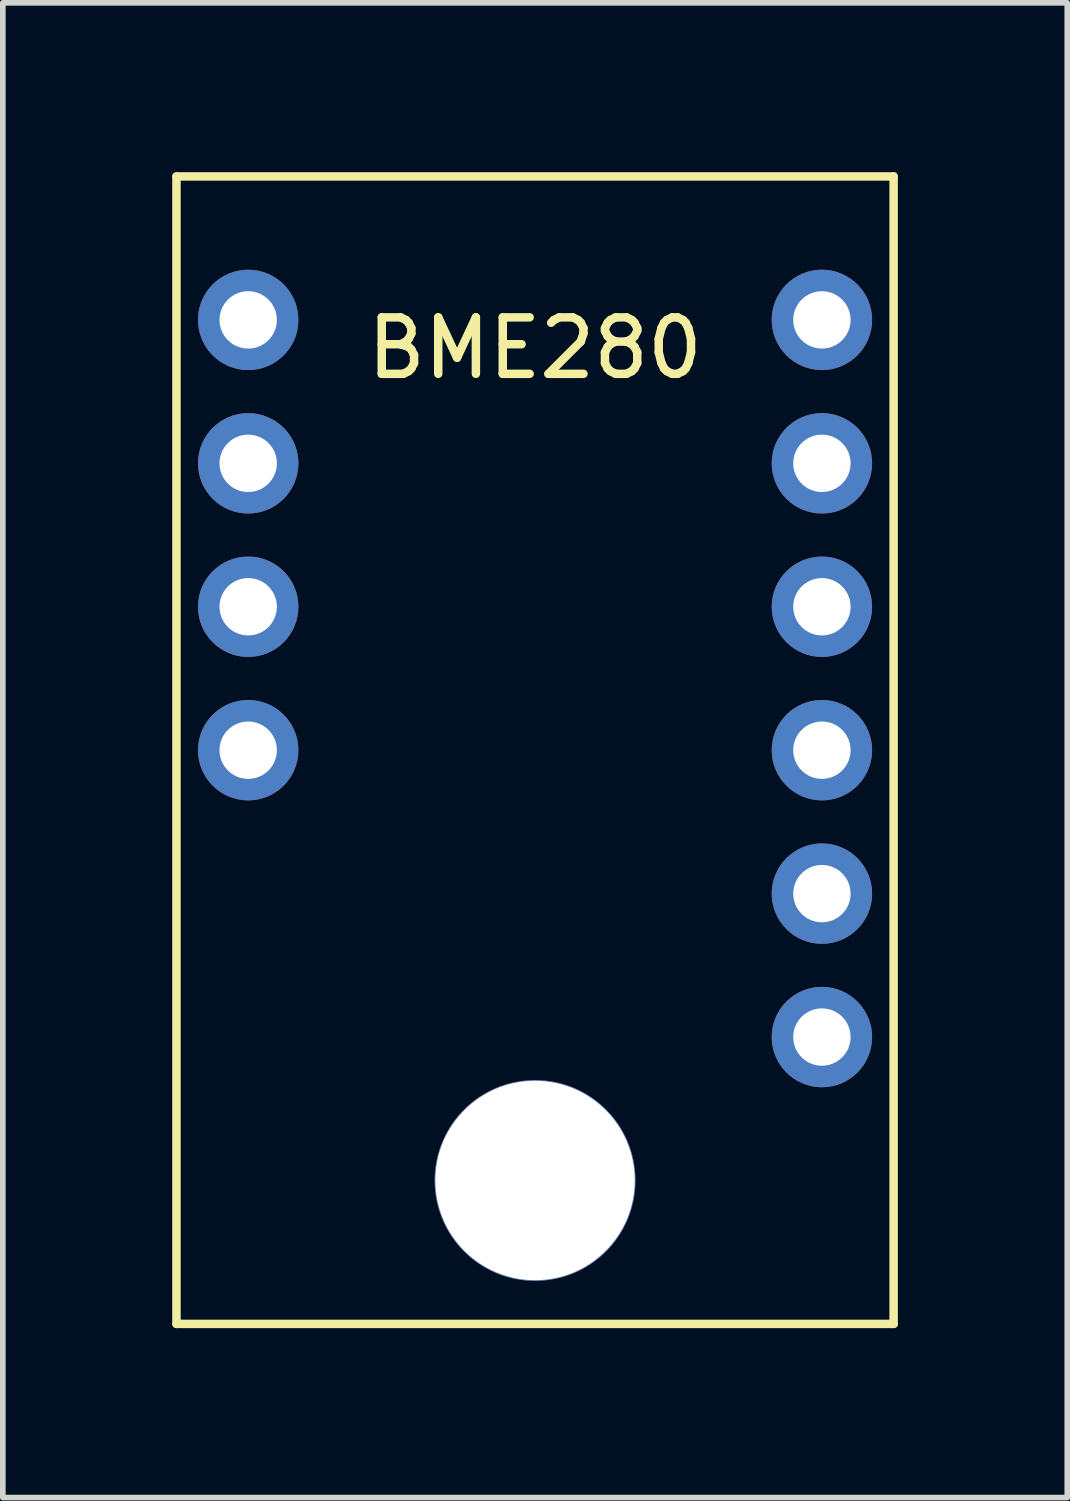
<source format=kicad_pcb>
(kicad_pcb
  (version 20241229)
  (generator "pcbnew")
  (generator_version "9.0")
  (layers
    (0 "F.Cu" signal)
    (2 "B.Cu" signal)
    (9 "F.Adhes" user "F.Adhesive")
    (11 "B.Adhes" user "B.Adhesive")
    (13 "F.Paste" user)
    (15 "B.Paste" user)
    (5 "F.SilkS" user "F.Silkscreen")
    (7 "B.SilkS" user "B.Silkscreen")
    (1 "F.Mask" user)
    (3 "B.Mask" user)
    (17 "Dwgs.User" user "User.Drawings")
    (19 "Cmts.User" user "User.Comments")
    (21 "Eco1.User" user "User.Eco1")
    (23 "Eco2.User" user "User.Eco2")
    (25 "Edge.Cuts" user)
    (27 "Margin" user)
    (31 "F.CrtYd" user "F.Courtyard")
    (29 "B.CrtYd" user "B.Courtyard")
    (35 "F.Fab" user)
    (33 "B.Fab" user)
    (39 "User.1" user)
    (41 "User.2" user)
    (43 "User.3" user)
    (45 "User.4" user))
  (footprint "BME280"
    (layer "F.Cu")
    (at 6.425 2.615)
    (property "Reference" "BME280" (at 0 0.5 0) (layer "F.SilkS") (effects (font (size 1 1) (thickness 0.15))))
    (attr through_hole)
    (fp_line (start -6.35 -2.54) (end 6.35 -2.54) (stroke (width 0.15) (type solid)) (layer "F.SilkS"))
    (fp_line (start -6.35 17.78) (end -6.35 -2.54) (stroke (width 0.15) (type solid)) (layer "F.SilkS"))
    (fp_line (start 6.35 -2.54) (end 6.35 17.78) (stroke (width 0.15) (type solid)) (layer "F.SilkS"))
    (fp_line (start 6.35 17.78) (end -6.35 17.78) (stroke (width 0.15) (type solid)) (layer "F.SilkS"))
    (pad "" np_thru_hole circle (at 0 15.24) (size 3.556 3.556) (drill 3.531) (layers "*.Cu" "*.Mask"))
    (pad "1" thru_hole circle (at -5.08 0) (size 1.778 1.778) (drill 1.016) (layers "*.Cu" "*.Mask"))
    (pad "2" thru_hole circle (at -5.08 2.54) (size 1.778 1.778) (drill 1.016) (layers "*.Cu" "*.Mask"))
    (pad "3" thru_hole circle (at -5.08 5.08) (size 1.778 1.778) (drill 1.016) (layers "*.Cu" "*.Mask"))
    (pad "4" thru_hole circle (at -5.08 7.62) (size 1.778 1.778) (drill 1.016) (layers "*.Cu" "*.Mask"))
    (pad "5" thru_hole circle (at 5.08 0) (size 1.778 1.778) (drill 1.016) (layers "*.Cu" "*.Mask"))
    (pad "6" thru_hole circle (at 5.08 2.54) (size 1.778 1.778) (drill 1.016) (layers "*.Cu" "*.Mask"))
    (pad "7" thru_hole circle (at 5.08 5.08) (size 1.778 1.778) (drill 1.016) (layers "*.Cu" "*.Mask"))
    (pad "8" thru_hole circle (at 5.08 7.62) (size 1.778 1.778) (drill 1.016) (layers "*.Cu" "*.Mask"))
    (pad "9" thru_hole circle (at 5.08 10.16) (size 1.778 1.778) (drill 1.016) (layers "*.Cu" "*.Mask"))
    (pad "10" thru_hole circle (at 5.08 12.7) (size 1.778 1.778) (drill 1.016) (layers "*.Cu" "*.Mask")))
  (gr_rect
    (start -3 -3)
    (end 15.85 23.47)
    (stroke (width 0.1) (type default))
    (fill no)
    (layer "Edge.Cuts")))
</source>
